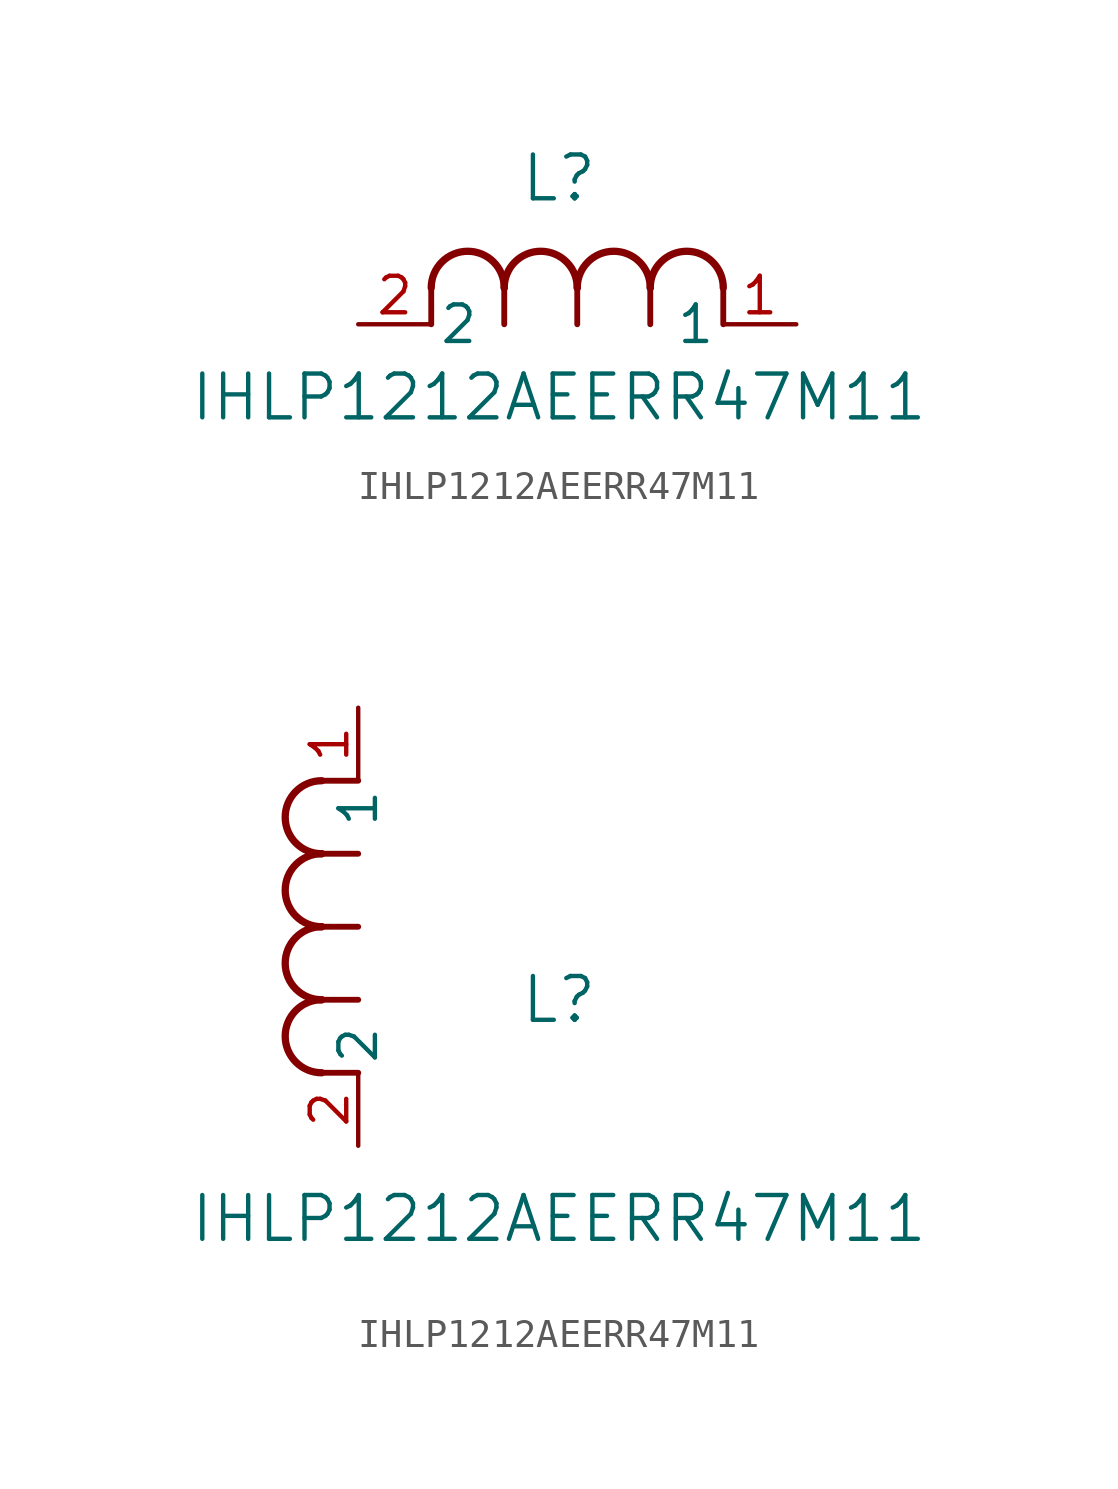
<source format=kicad_sym>
(kicad_symbol_lib
  (version 20211014)
  (generator kicad_symbol_editor)
  (symbol "IHLP1212AEERR47M11"
    (pin_names
      (offset 0.254))
    (property "Reference" "L"
      (at 6.985 5.08 0)
      (effects (font (size 1.524 1.524))))
    (property "Value" "IHLP1212AEERR47M11"
      (at 6.985 -2.54 0)
      (effects (font (size 1.524 1.524))))
    (symbol "IHLP1212AEERR47M11_1_1"
      (arc (start 7.62 1.27) (mid 6.35 2.54) (end 5.08 1.27) (stroke (width 0.254) (type default) (color 0 0 0 0)) (fill (type none)))
      (polyline (pts (xy 5.08 0) (xy 5.08 1.27)) (stroke (width 0.203) (type default) (color 0 0 0 0)) (fill (type none)))
      (polyline (pts (xy 7.62 0) (xy 7.62 1.27)) (stroke (width 0.203) (type default) (color 0 0 0 0)) (fill (type none)))
      (polyline (pts (xy 12.7 0) (xy 12.7 1.27)) (stroke (width 0.203) (type default) (color 0 0 0 0)) (fill (type none)))
      (arc (start 5.08 1.27) (mid 3.81 2.54) (end 2.54 1.27) (stroke (width 0.254) (type default) (color 0 0 0 0)) (fill (type none)))
      (arc (start 10.16 1.27) (mid 8.89 2.54) (end 7.62 1.27) (stroke (width 0.254) (type default) (color 0 0 0 0)) (fill (type none)))
      (arc (start 12.7 1.27) (mid 11.43 2.54) (end 10.16 1.27) (stroke (width 0.254) (type default) (color 0 0 0 0)) (fill (type none)))
      (polyline (pts (xy 2.54 0) (xy 2.54 1.27)) (stroke (width 0.203) (type default) (color 0 0 0 0)) (fill (type none)))
      (polyline (pts (xy 10.16 0) (xy 10.16 1.27)) (stroke (width 0.203) (type default) (color 0 0 0 0)) (fill (type none)))
      (pin unspecified line (at 0 0 0) (length 2.54) (name "2" (effects (font (size 1.27 1.27)))) (number "2" (effects (font (size 1.27 1.27)))))
      (pin unspecified line (at 15.24 0 180) (length 2.54) (name "1" (effects (font (size 1.27 1.27)))) (number "1" (effects (font (size 1.27 1.27))))))
    (symbol "IHLP1212AEERR47M11_1_2"
      (arc (start -1.27 7.62) (mid -2.54 6.35) (end -1.27 5.08) (stroke (width 0.254) (type default) (color 0 0 0 0)) (fill (type none)))
      (arc (start -1.27 5.08) (mid -2.54 3.81) (end -1.27 2.54) (stroke (width 0.254) (type default) (color 0 0 0 0)) (fill (type none)))
      (arc (start -1.27 12.7) (mid -2.54 11.43) (end -1.27 10.16) (stroke (width 0.254) (type default) (color 0 0 0 0)) (fill (type none)))
      (arc (start -1.27 10.16) (mid -2.54 8.89) (end -1.27 7.62) (stroke (width 0.254) (type default) (color 0 0 0 0)) (fill (type none)))
      (polyline (pts (xy 0 7.62) (xy -1.27 7.62)) (stroke (width 0.203) (type default) (color 0 0 0 0)) (fill (type none)))
      (polyline (pts (xy 0 5.08) (xy -1.27 5.08)) (stroke (width 0.203) (type default) (color 0 0 0 0)) (fill (type none)))
      (polyline (pts (xy 0 12.7) (xy -1.27 12.7)) (stroke (width 0.203) (type default) (color 0 0 0 0)) (fill (type none)))
      (polyline (pts (xy 0 2.54) (xy -1.27 2.54)) (stroke (width 0.203) (type default) (color 0 0 0 0)) (fill (type none)))
      (polyline (pts (xy 0 10.16) (xy -1.27 10.16)) (stroke (width 0.203) (type default) (color 0 0 0 0)) (fill (type none)))
      (pin unspecified line (at 0 0 90) (length 2.54) (name "2" (effects (font (size 1.27 1.27)))) (number "2" (effects (font (size 1.27 1.27)))))
      (pin unspecified line (at 0 15.24 270) (length 2.54) (name "1" (effects (font (size 1.27 1.27)))) (number "1" (effects (font (size 1.27 1.27))))))))
</source>
